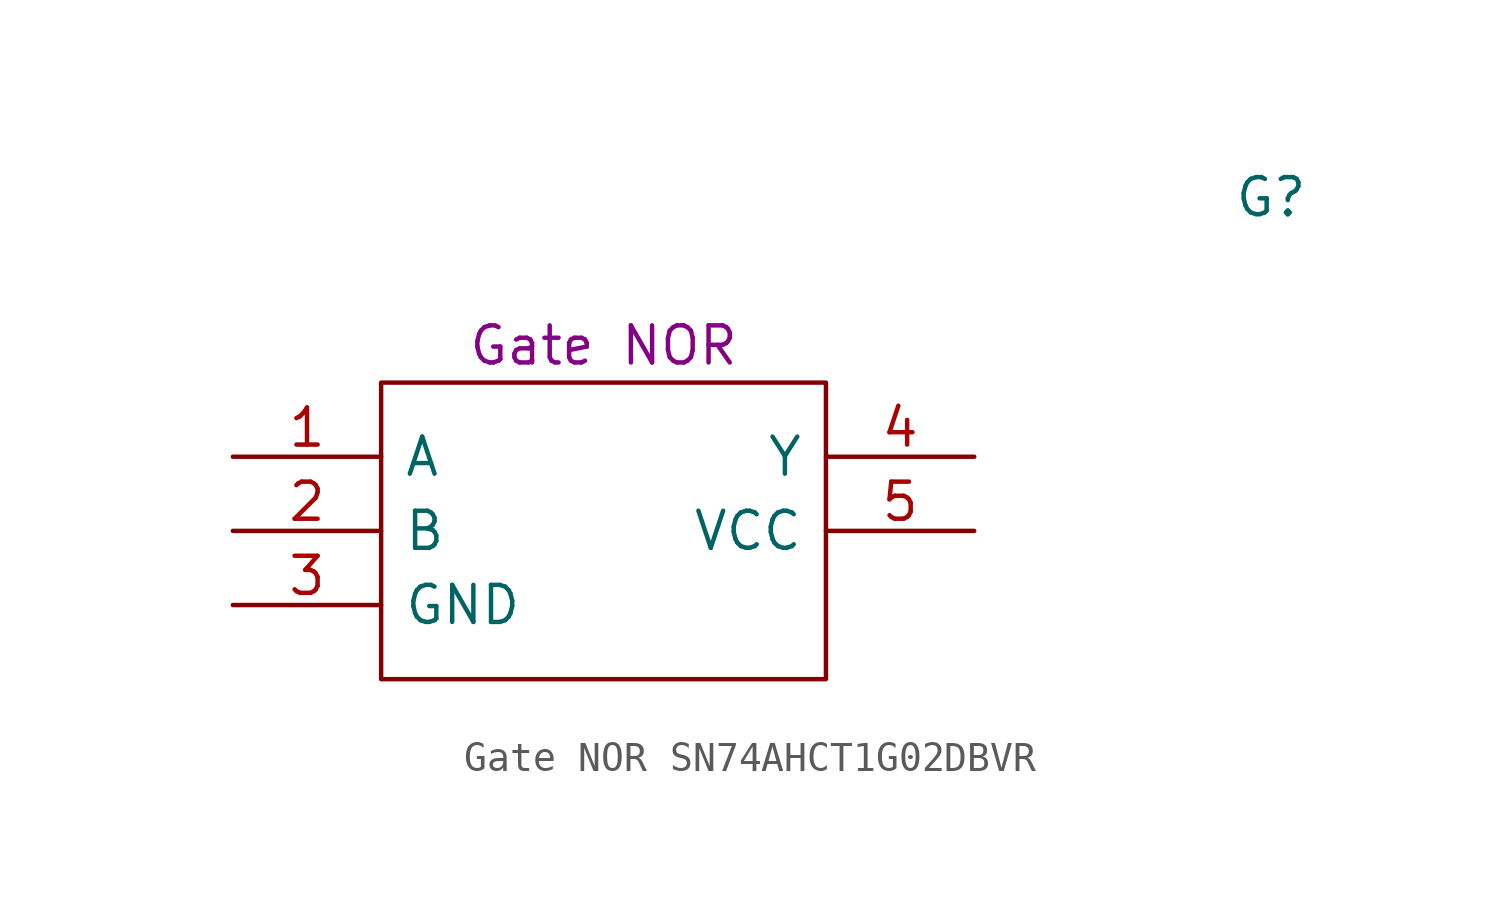
<source format=kicad_sym>
(kicad_symbol_lib
  (version 20211014)
  (generator kicad_symbol_editor)
  (symbol "Gate NOR SN74AHCT1G02DBVR"
    (pin_names
      (offset 0.762))
    (property "Reference" "G"
      (at 34.29 8.89 0)
      (effects (font (size 1.27 1.27)) (justify left)))
    (property "Render Name" "Gate NOR"
      (at 12.7 3.81 0)
      (effects (font (size 1.27 1.27))))
    (symbol "Gate NOR SN74AHCT1G02DBVR_0_0"
      (pin passive line (at 0 0 0) (length 5.08) (name "A" (effects (font (size 1.27 1.27)))) (number "1" (effects (font (size 1.27 1.27)))))
      (pin passive line (at 0 -2.54 0) (length 5.08) (name "B" (effects (font (size 1.27 1.27)))) (number "2" (effects (font (size 1.27 1.27)))))
      (pin passive line (at 0 -5.08 0) (length 5.08) (name "GND" (effects (font (size 1.27 1.27)))) (number "3" (effects (font (size 1.27 1.27)))))
      (pin passive line (at 25.4 0 180) (length 5.08) (name "Y" (effects (font (size 1.27 1.27)))) (number "4" (effects (font (size 1.27 1.27)))))
      (pin passive line (at 25.4 -2.54 180) (length 5.08) (name "VCC" (effects (font (size 1.27 1.27)))) (number "5" (effects (font (size 1.27 1.27))))))
    (symbol "Gate NOR SN74AHCT1G02DBVR_0_1"
      (polyline (pts (xy 5.08 2.54) (xy 20.32 2.54) (xy 20.32 -7.62) (xy 5.08 -7.62) (xy 5.08 2.54)) (stroke (width 0.152) (type default) (color 0 0 0 0)) (fill (type none))))))
</source>
